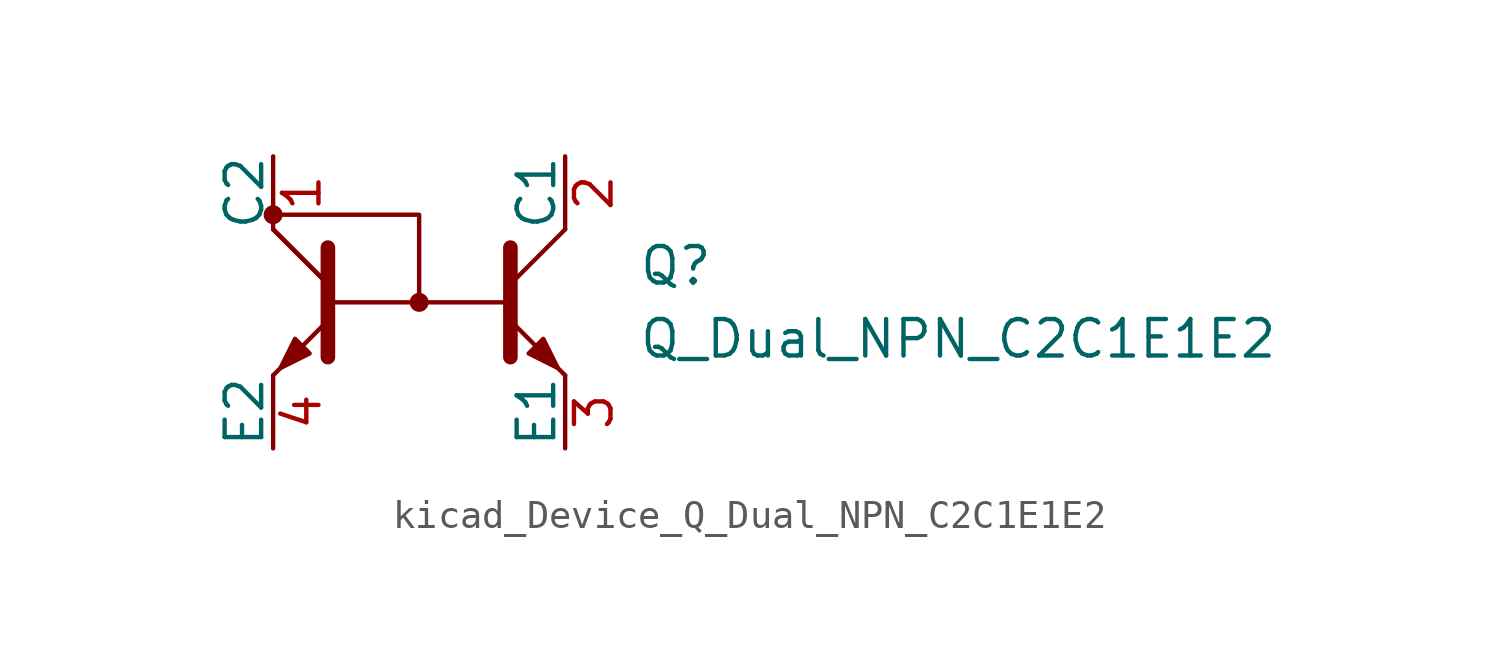
<source format=kicad_sym>
(kicad_symbol_lib
  (version 20220914)
  (generator kicad_symbol_editor)
  (symbol "kicad_Device_Q_Dual_NPN_C2C1E1E2"
    (pin_names
      (offset 0))
    (property "Reference" "Q"
      (at 7.62 1.27 0)
      (effects (font (size 1.27 1.27)) (justify left)))
    (property "Value" "Q_Dual_NPN_C2C1E1E2"
      (at 7.62 -1.27 0)
      (effects (font (size 1.27 1.27)) (justify left)))
    (symbol "kicad_Device_Q_Dual_NPN_C2C1E1E2_0_1"
      (circle (center -5.08 3.048) (radius 0.254) (stroke (width 0) (type default)) (fill (type outline)))
      (polyline (pts (xy -5.08 -2.54) (xy -3.175 -0.635)) (stroke (width 0) (type default)) (fill (type none)))
      (polyline (pts (xy -5.08 2.54) (xy -3.175 0.635)) (stroke (width 0) (type default)) (fill (type none)))
      (polyline (pts (xy -5.08 2.54) (xy -3.175 0.635)) (stroke (width 0) (type default)) (fill (type none)))
      (polyline (pts (xy 3.175 0) (xy -3.175 0)) (stroke (width 0) (type default)) (fill (type none)))
      (polyline (pts (xy 5.08 -2.54) (xy 3.175 -0.635)) (stroke (width 0) (type default)) (fill (type none)))
      (polyline (pts (xy 5.08 2.54) (xy 3.175 0.635)) (stroke (width 0) (type default)) (fill (type none)))
      (polyline (pts (xy -3.175 -1.905) (xy -3.175 1.905) (xy -3.175 1.905)) (stroke (width 0.508) (type default)) (fill (type outline)))
      (polyline (pts (xy 0 0) (xy 0 3.048) (xy -5.08 3.048)) (stroke (width 0) (type default)) (fill (type none)))
      (polyline (pts (xy 3.175 -1.905) (xy 3.175 1.905) (xy 3.175 1.905)) (stroke (width 0.508) (type default)) (fill (type outline)))
      (polyline (pts (xy -3.81 -1.778) (xy -4.318 -1.27) (xy -4.826 -2.286) (xy -3.81 -1.778) (xy -3.81 -1.778)) (stroke (width 0) (type default)) (fill (type outline)))
      (polyline (pts (xy 3.81 -1.778) (xy 4.318 -1.27) (xy 4.826 -2.286) (xy 3.81 -1.778) (xy 3.81 -1.778)) (stroke (width 0) (type default)) (fill (type outline)))
      (circle (center 0 0) (radius 0.254) (stroke (width 0) (type default)) (fill (type outline))))
    (symbol "kicad_Device_Q_Dual_NPN_C2C1E1E2_1_1"
      (pin passive line (at -5.08 5.08 270) (length 2.54) (name "C2" (effects (font (size 1.27 1.27)))) (number "1" (effects (font (size 1.27 1.27)))))
      (pin passive line (at 5.08 5.08 270) (length 2.54) (name "C1" (effects (font (size 1.27 1.27)))) (number "2" (effects (font (size 1.27 1.27)))))
      (pin passive line (at 5.08 -5.08 90) (length 2.54) (name "E1" (effects (font (size 1.27 1.27)))) (number "3" (effects (font (size 1.27 1.27)))))
      (pin passive line (at -5.08 -5.08 90) (length 2.54) (name "E2" (effects (font (size 1.27 1.27)))) (number "4" (effects (font (size 1.27 1.27))))))))
</source>
